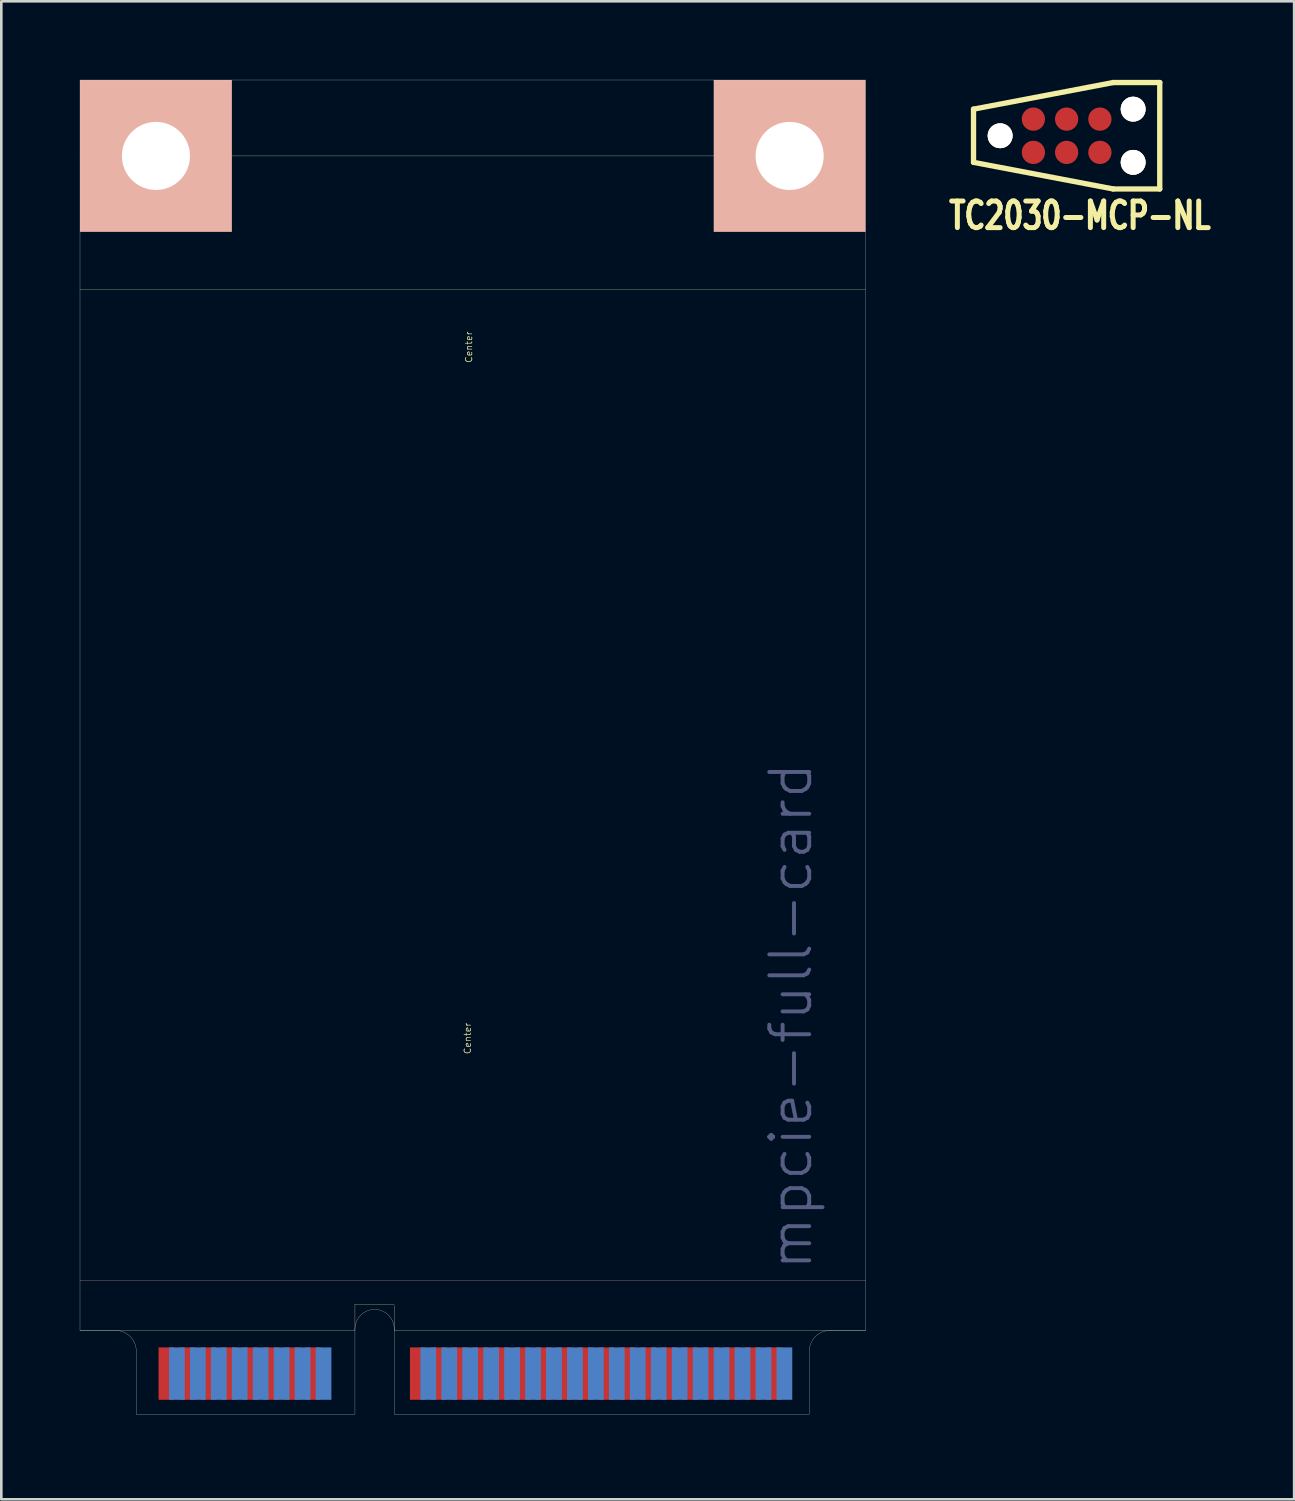
<source format=kicad_pcb>
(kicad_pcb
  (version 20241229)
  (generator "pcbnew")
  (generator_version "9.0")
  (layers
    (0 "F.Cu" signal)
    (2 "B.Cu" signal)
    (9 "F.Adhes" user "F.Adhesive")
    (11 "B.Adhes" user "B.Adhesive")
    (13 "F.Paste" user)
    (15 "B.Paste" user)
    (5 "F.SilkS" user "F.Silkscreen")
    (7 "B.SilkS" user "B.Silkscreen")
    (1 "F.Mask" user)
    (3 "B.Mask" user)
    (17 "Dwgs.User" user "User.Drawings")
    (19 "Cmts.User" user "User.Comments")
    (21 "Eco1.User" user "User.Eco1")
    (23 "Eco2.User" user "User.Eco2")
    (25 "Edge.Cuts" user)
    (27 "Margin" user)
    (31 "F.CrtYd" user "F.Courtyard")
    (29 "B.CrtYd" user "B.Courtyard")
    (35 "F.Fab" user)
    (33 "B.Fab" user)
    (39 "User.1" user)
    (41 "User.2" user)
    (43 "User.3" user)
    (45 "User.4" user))
  (footprint "TC2030-MCP-NL"
    (layer "F.Cu")
    (at 35.143 2.134)
    (property "Reference" "TC2030-MCP-NL" (at 3.048 3.048 0) (layer "F.SilkS") (effects (font (size 1.016 0.762) (thickness 0.191))))
    (attr through_hole)
    (fp_line (start -1.016 -1.016) (end 4.318 -2.032) (stroke (width 0.203) (type solid)) (layer "F.SilkS"))
    (fp_line (start -1.016 1.016) (end -1.016 -1.016) (stroke (width 0.203) (type solid)) (layer "F.SilkS"))
    (fp_line (start 4.318 -2.032) (end 6.096 -2.032) (stroke (width 0.203) (type solid)) (layer "F.SilkS"))
    (fp_line (start 4.318 2.032) (end -1.016 1.016) (stroke (width 0.203) (type solid)) (layer "F.SilkS"))
    (fp_line (start 6.096 -2.032) (end 6.096 2.032) (stroke (width 0.203) (type solid)) (layer "F.SilkS"))
    (fp_line (start 6.096 2.032) (end 4.318 2.032) (stroke (width 0.203) (type solid)) (layer "F.SilkS"))
    (pad "0" thru_hole circle (at 0 0) (size 0.95 0.95) (drill 0.95) (layers "*.Cu" "*.Mask" "F.SilkS"))
    (pad "0" thru_hole circle (at 5.08 -1.016) (size 0.95 0.95) (drill 0.95) (layers "*.Cu" "*.Mask" "F.SilkS"))
    (pad "0" thru_hole circle (at 5.08 1.016) (size 0.95 0.95) (drill 0.95) (layers "*.Cu" "*.Mask" "F.SilkS"))
    (pad "1" connect circle (at 1.27 0.635) (size 0.889 0.889) (layers "F.Cu" "F.Mask"))
    (pad "2" connect circle (at 1.27 -0.635) (size 0.889 0.889) (layers "F.Cu" "F.Mask"))
    (pad "3" connect circle (at 2.54 0.635) (size 0.889 0.889) (layers "F.Cu" "F.Mask"))
    (pad "4" connect circle (at 2.54 -0.635) (size 0.889 0.889) (layers "F.Cu" "F.Mask"))
    (pad "5" connect circle (at 3.81 0.635) (size 0.889 0.889) (layers "F.Cu" "F.Mask"))
    (pad "6" connect circle (at 3.81 -0.635) (size 0.889 0.889) (layers "F.Cu" "F.Mask")))
  (footprint "mpcie-full-card"
    (layer "F.Cu")
    (at 15.005 50.955)
    (property "Reference" "mpcie-full-card" (at 12.15 -15.2 90) (layer "B.Fab") (effects (font (size 1.524 1.524) (thickness 0.15))))
    (attr through_hole)
    (fp_line (start -15 -3.2) (end -4.5 -3.2) (stroke (width 0.01) (type solid)) (layer "F.SilkS"))
    (fp_line (start -4.5 -4.2) (end -3 -4.2) (stroke (width 0.01) (type solid)) (layer "F.SilkS"))
    (fp_line (start -4.5 -3.2) (end -4.5 -4.2) (stroke (width 0.01) (type solid)) (layer "F.SilkS"))
    (fp_line (start -3 -4.15) (end -3 -3.2) (stroke (width 0.01) (type solid)) (layer "F.SilkS"))
    (fp_line (start -3 -3.2) (end 15 -3.2) (stroke (width 0.01) (type solid)) (layer "F.SilkS"))
    (fp_line (start 15 -48.05) (end -15 -48.05) (stroke (width 0.01) (type solid)) (layer "F.SilkS"))
    (fp_line (start 15 -42.95) (end -15 -42.95) (stroke (width 0.01) (type solid)) (layer "F.SilkS"))
    (fp_line (start -15 -5.1) (end 15 -5.1) (stroke (width 0.01) (type solid)) (layer "B.SilkS"))
    (fp_line (start -3.75 -4.5) (end -3.75 -0.15) (stroke (width 0.01) (type solid)) (layer "Eco1.User"))
    (fp_line (start 0 0) (end 0 -50.95) (stroke (width 0.01) (type solid)) (layer "Eco1.User"))
    (fp_line (start -15 -50.95) (end -15 -3.2) (stroke (width 0.01) (type solid)) (layer "Edge.Cuts"))
    (fp_line (start -13.65 -3.2) (end -15 -3.2) (stroke (width 0.01) (type solid)) (layer "Edge.Cuts"))
    (fp_line (start -12.85 0) (end -12.85 -2.4) (stroke (width 0.01) (type solid)) (layer "Edge.Cuts"))
    (fp_line (start -4.5 0) (end -12.85 0) (stroke (width 0.01) (type solid)) (layer "Edge.Cuts"))
    (fp_line (start -4.5 0) (end -4.5 -3.25) (stroke (width 0.01) (type solid)) (layer "Edge.Cuts"))
    (fp_line (start -3 0) (end -3 -3.25) (stroke (width 0.01) (type solid)) (layer "Edge.Cuts"))
    (fp_line (start -3 0) (end 12.85 0) (stroke (width 0.01) (type solid)) (layer "Edge.Cuts"))
    (fp_line (start 12.85 0) (end 12.85 -2.4) (stroke (width 0.01) (type solid)) (layer "Edge.Cuts"))
    (fp_line (start 15 -50.95) (end -15 -50.95) (stroke (width 0.01) (type solid)) (layer "Edge.Cuts"))
    (fp_line (start 15 -3.2) (end 13.65 -3.2) (stroke (width 0.01) (type solid)) (layer "Edge.Cuts"))
    (fp_line (start 15 -3.2) (end 15 -50.95) (stroke (width 0.01) (type solid)) (layer "Edge.Cuts"))
    (fp_arc (start -13.65 -3.2) (mid -13.084315 -2.965685) (end -12.85 -2.4) (stroke (width 0.01) (type solid)) (layer "Edge.Cuts"))
    (fp_arc (start -4.5 -3.25) (mid -3.75 -4) (end -3 -3.25) (stroke (width 0.01) (type solid)) (layer "Edge.Cuts"))
    (fp_arc (start 12.85 -2.4) (mid 13.084315 -2.965685) (end 13.65 -3.2) (stroke (width 0.01) (type solid)) (layer "Edge.Cuts"))
    (fp_text user "Center" (at -0.15 -40.75 90) (layer "F.SilkS") (effects (font (size 0.25 0.25) (thickness 0.025))))
    (fp_text user "Center" (at -0.2 -14.35 90) (layer "F.SilkS") (effects (font (size 0.25 0.25) (thickness 0.025))))
    (pad "" np_thru_hole circle (at -12.1 -48.05) (size 2.6 2.6) (drill 2.6) (layers "*.Cu" "*.Mask" "F.SilkS"))
    (pad "" connect rect (at -12.1 -48.05) (size 5.8 5.8) (layers "B.SilkS"))
    (pad "" np_thru_hole circle (at 12.1 -48.05) (size 2.6 2.6) (drill 2.6) (layers "*.Cu" "*.Mask" "F.SilkS"))
    (pad "" connect rect (at 12.1 -48.05) (size 5.8 5.8) (layers "B.SilkS"))
    (pad "1" smd rect (at -11.7 -1.55) (size 0.6 2) (layers "F.Cu" "F.Mask"))
    (pad "2" smd rect (at -11.3 -1.55) (size 0.6 2) (layers "B.Cu" "B.Mask"))
    (pad "3" smd rect (at -10.9 -1.55) (size 0.6 2) (layers "F.Cu" "F.Mask"))
    (pad "4" smd rect (at -10.5 -1.55) (size 0.6 2) (layers "B.Cu" "B.Mask"))
    (pad "5" smd rect (at -10.1 -1.55) (size 0.6 2) (layers "F.Cu" "F.Mask"))
    (pad "6" smd rect (at -9.7 -1.55) (size 0.6 2) (layers "B.Cu" "B.Mask"))
    (pad "7" smd rect (at -9.3 -1.55) (size 0.6 2) (layers "F.Cu" "F.Mask"))
    (pad "8" smd rect (at -8.9 -1.55) (size 0.6 2) (layers "B.Cu" "B.Mask"))
    (pad "9" smd rect (at -8.5 -1.55) (size 0.6 2) (layers "F.Cu" "F.Mask"))
    (pad "10" smd rect (at -8.1 -1.55) (size 0.6 2) (layers "B.Cu" "B.Mask"))
    (pad "11" smd rect (at -7.7 -1.55) (size 0.6 2) (layers "F.Cu" "F.Mask"))
    (pad "12" smd rect (at -7.3 -1.55) (size 0.6 2) (layers "B.Cu" "B.Mask"))
    (pad "13" smd rect (at -6.9 -1.55) (size 0.6 2) (layers "F.Cu" "F.Mask"))
    (pad "14" smd rect (at -6.5 -1.55) (size 0.6 2) (layers "B.Cu" "B.Mask"))
    (pad "15" smd rect (at -6.1 -1.55) (size 0.6 2) (layers "F.Cu" "F.Mask"))
    (pad "16" smd rect (at -5.7 -1.55) (size 0.6 2) (layers "B.Cu" "B.Mask"))
    (pad "17" smd rect (at -2.1 -1.55) (size 0.6 2) (layers "F.Cu" "F.Mask"))
    (pad "18" smd rect (at -1.7 -1.55) (size 0.6 2) (layers "B.Cu" "B.Mask"))
    (pad "19" smd rect (at -1.3 -1.55) (size 0.6 2) (layers "F.Cu" "F.Mask"))
    (pad "20" smd rect (at -0.9 -1.55) (size 0.6 2) (layers "B.Cu" "B.Mask"))
    (pad "21" smd rect (at -0.5 -1.55) (size 0.6 2) (layers "F.Cu" "F.Mask"))
    (pad "22" smd rect (at -0.1 -1.55) (size 0.6 2) (layers "B.Cu" "B.Mask"))
    (pad "23" smd rect (at 0.3 -1.55) (size 0.6 2) (layers "F.Cu" "F.Mask"))
    (pad "24" smd rect (at 0.7 -1.55) (size 0.6 2) (layers "B.Cu" "B.Mask"))
    (pad "25" smd rect (at 1.1 -1.55) (size 0.6 2) (layers "F.Cu" "F.Mask"))
    (pad "26" smd rect (at 1.5 -1.55) (size 0.6 2) (layers "B.Cu" "B.Mask"))
    (pad "27" smd rect (at 1.9 -1.55) (size 0.6 2) (layers "F.Cu" "F.Mask"))
    (pad "28" smd rect (at 2.3 -1.55) (size 0.6 2) (layers "B.Cu" "B.Mask"))
    (pad "29" smd rect (at 2.7 -1.55) (size 0.6 2) (layers "F.Cu" "F.Mask"))
    (pad "30" smd rect (at 3.1 -1.55) (size 0.6 2) (layers "B.Cu" "B.Mask"))
    (pad "31" smd rect (at 3.5 -1.55) (size 0.6 2) (layers "F.Cu" "F.Mask"))
    (pad "32" smd rect (at 3.9 -1.55) (size 0.6 2) (layers "B.Cu" "B.Mask"))
    (pad "33" smd rect (at 4.3 -1.55) (size 0.6 2) (layers "F.Cu" "F.Mask"))
    (pad "34" smd rect (at 4.7 -1.55) (size 0.6 2) (layers "B.Cu" "B.Mask"))
    (pad "35" smd rect (at 5.1 -1.55) (size 0.6 2) (layers "F.Cu" "F.Mask"))
    (pad "36" smd rect (at 5.5 -1.55) (size 0.6 2) (layers "B.Cu" "B.Mask"))
    (pad "37" smd rect (at 5.9 -1.55) (size 0.6 2) (layers "F.Cu" "F.Mask"))
    (pad "38" smd rect (at 6.3 -1.55) (size 0.6 2) (layers "B.Cu" "B.Mask"))
    (pad "39" smd rect (at 6.7 -1.55) (size 0.6 2) (layers "F.Cu" "F.Mask"))
    (pad "40" smd rect (at 7.1 -1.55) (size 0.6 2) (layers "B.Cu" "B.Mask"))
    (pad "41" smd rect (at 7.5 -1.55) (size 0.6 2) (layers "F.Cu" "F.Mask"))
    (pad "42" smd rect (at 7.9 -1.55) (size 0.6 2) (layers "B.Cu" "B.Mask"))
    (pad "43" smd rect (at 8.3 -1.55) (size 0.6 2) (layers "F.Cu" "F.Mask"))
    (pad "44" smd rect (at 8.7 -1.55) (size 0.6 2) (layers "B.Cu" "B.Mask"))
    (pad "45" smd rect (at 9.1 -1.55) (size 0.6 2) (layers "F.Cu" "F.Mask"))
    (pad "46" smd rect (at 9.5 -1.55) (size 0.6 2) (layers "B.Cu" "B.Mask"))
    (pad "47" smd rect (at 9.9 -1.55) (size 0.6 2) (layers "F.Cu" "F.Mask"))
    (pad "48" smd rect (at 10.3 -1.55) (size 0.6 2) (layers "B.Cu" "B.Mask"))
    (pad "49" smd rect (at 10.7 -1.55) (size 0.6 2) (layers "F.Cu" "F.Mask"))
    (pad "50" smd rect (at 11.1 -1.55) (size 0.6 2) (layers "B.Cu" "B.Mask"))
    (pad "51" smd rect (at 11.5 -1.55) (size 0.6 2) (layers "F.Cu" "F.Mask"))
    (pad "52" smd rect (at 11.9 -1.55) (size 0.6 2) (layers "B.Cu" "B.Mask")))
  (gr_rect
    (start -3 -3)
    (end 46.371 54.205)
    (stroke (width 0.1) (type default))
    (fill no)
    (layer "Edge.Cuts")))
</source>
